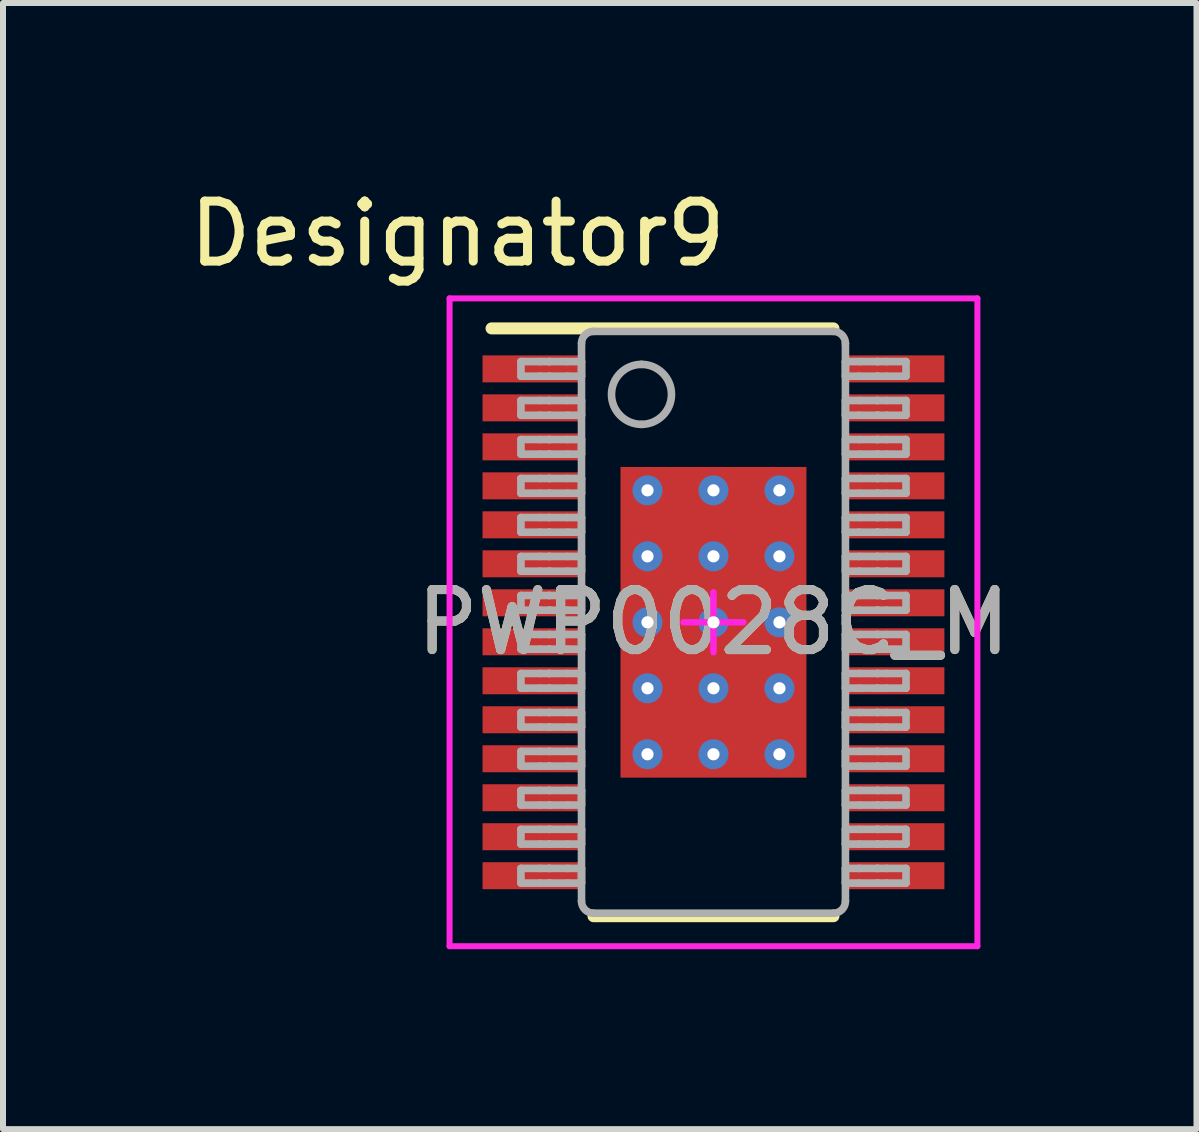
<source format=kicad_pcb>
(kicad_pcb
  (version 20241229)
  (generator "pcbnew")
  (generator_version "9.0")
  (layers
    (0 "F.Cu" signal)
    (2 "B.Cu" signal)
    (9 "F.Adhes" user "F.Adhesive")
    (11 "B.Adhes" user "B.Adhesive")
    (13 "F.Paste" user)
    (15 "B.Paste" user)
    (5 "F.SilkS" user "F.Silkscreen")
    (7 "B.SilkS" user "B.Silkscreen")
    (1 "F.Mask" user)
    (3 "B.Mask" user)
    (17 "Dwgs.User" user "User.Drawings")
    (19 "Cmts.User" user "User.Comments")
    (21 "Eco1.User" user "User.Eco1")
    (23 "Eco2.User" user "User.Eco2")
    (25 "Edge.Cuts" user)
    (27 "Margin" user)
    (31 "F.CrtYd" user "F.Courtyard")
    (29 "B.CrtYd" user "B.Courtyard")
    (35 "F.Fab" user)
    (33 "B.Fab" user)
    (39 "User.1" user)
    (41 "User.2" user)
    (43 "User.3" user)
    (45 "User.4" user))
  (footprint "PWP0028C_M"
    (layer "F.Cu")
    (at 8.845 7.325)
    (property "Reference" "PWP0028C_M" (at 0 0 0) (unlocked yes) (layer "F.SilkS") (effects (font (size 1 1) (thickness 0.15))))
    (attr smd)
    (fp_line (start -3.7 -4.9) (end 2 -4.9) (stroke (width 0.2) (type solid)) (layer "F.SilkS"))
    (fp_line (start -2 4.9) (end 2 4.9) (stroke (width 0.2) (type solid)) (layer "F.SilkS"))
    (fp_line (start -4.4 -5.4) (end 4.4 -5.4) (stroke (width 0.1) (type solid)) (layer "F.CrtYd"))
    (fp_line (start -4.4 5.4) (end -4.4 -5.4) (stroke (width 0.1) (type solid)) (layer "F.CrtYd"))
    (fp_line (start -4.4 5.4) (end 4.4 5.4) (stroke (width 0.1) (type solid)) (layer "F.CrtYd"))
    (fp_line (start -0.5 0) (end 0.5 0) (stroke (width 0.1) (type solid)) (layer "F.CrtYd"))
    (fp_line (start -0.5 0) (end 0.5 0) (stroke (width 0.1) (type solid)) (layer "F.CrtYd"))
    (fp_line (start 0 0.5) (end 0 -0.5) (stroke (width 0.1) (type solid)) (layer "F.CrtYd"))
    (fp_line (start 0 0.5) (end 0 -0.5) (stroke (width 0.1) (type solid)) (layer "F.CrtYd"))
    (fp_line (start 4.4 5.4) (end 4.4 -5.4) (stroke (width 0.1) (type solid)) (layer "F.CrtYd"))
    (fp_line (start -3.21 -4.347) (end -2.887 -4.347) (stroke (width 0.127) (type solid)) (layer "F.Fab"))
    (fp_line (start -3.21 -4.103) (end -3.21 -4.347) (stroke (width 0.127) (type solid)) (layer "F.Fab"))
    (fp_line (start -3.21 -4.103) (end -2.887 -4.103) (stroke (width 0.127) (type solid)) (layer "F.Fab"))
    (fp_line (start -3.21 -3.698) (end -2.887 -3.698) (stroke (width 0.127) (type solid)) (layer "F.Fab"))
    (fp_line (start -3.21 -3.452) (end -3.21 -3.698) (stroke (width 0.127) (type solid)) (layer "F.Fab"))
    (fp_line (start -3.21 -3.452) (end -2.887 -3.452) (stroke (width 0.127) (type solid)) (layer "F.Fab"))
    (fp_line (start -3.21 -3.047) (end -2.887 -3.047) (stroke (width 0.127) (type solid)) (layer "F.Fab"))
    (fp_line (start -3.21 -2.803) (end -3.21 -3.047) (stroke (width 0.127) (type solid)) (layer "F.Fab"))
    (fp_line (start -3.21 -2.803) (end -2.887 -2.803) (stroke (width 0.127) (type solid)) (layer "F.Fab"))
    (fp_line (start -3.21 -2.398) (end -2.887 -2.398) (stroke (width 0.127) (type solid)) (layer "F.Fab"))
    (fp_line (start -3.21 -2.152) (end -3.21 -2.398) (stroke (width 0.127) (type solid)) (layer "F.Fab"))
    (fp_line (start -3.21 -2.152) (end -2.887 -2.152) (stroke (width 0.127) (type solid)) (layer "F.Fab"))
    (fp_line (start -3.21 -1.747) (end -2.887 -1.747) (stroke (width 0.127) (type solid)) (layer "F.Fab"))
    (fp_line (start -3.21 -1.502) (end -3.21 -1.747) (stroke (width 0.127) (type solid)) (layer "F.Fab"))
    (fp_line (start -3.21 -1.502) (end -2.887 -1.502) (stroke (width 0.127) (type solid)) (layer "F.Fab"))
    (fp_line (start -3.21 -1.098) (end -2.887 -1.098) (stroke (width 0.127) (type solid)) (layer "F.Fab"))
    (fp_line (start -3.21 -0.852) (end -3.21 -1.098) (stroke (width 0.127) (type solid)) (layer "F.Fab"))
    (fp_line (start -3.21 -0.852) (end -2.887 -0.852) (stroke (width 0.127) (type solid)) (layer "F.Fab"))
    (fp_line (start -3.21 -0.447) (end -2.887 -0.447) (stroke (width 0.127) (type solid)) (layer "F.Fab"))
    (fp_line (start -3.21 -0.202) (end -3.21 -0.447) (stroke (width 0.127) (type solid)) (layer "F.Fab"))
    (fp_line (start -3.21 -0.202) (end -2.887 -0.202) (stroke (width 0.127) (type solid)) (layer "F.Fab"))
    (fp_line (start -3.21 0.203) (end -2.887 0.203) (stroke (width 0.127) (type solid)) (layer "F.Fab"))
    (fp_line (start -3.21 0.448) (end -3.21 0.203) (stroke (width 0.127) (type solid)) (layer "F.Fab"))
    (fp_line (start -3.21 0.448) (end -2.887 0.448) (stroke (width 0.127) (type solid)) (layer "F.Fab"))
    (fp_line (start -3.21 0.853) (end -2.887 0.853) (stroke (width 0.127) (type solid)) (layer "F.Fab"))
    (fp_line (start -3.21 1.098) (end -3.21 0.853) (stroke (width 0.127) (type solid)) (layer "F.Fab"))
    (fp_line (start -3.21 1.098) (end -2.887 1.098) (stroke (width 0.127) (type solid)) (layer "F.Fab"))
    (fp_line (start -3.21 1.503) (end -2.887 1.503) (stroke (width 0.127) (type solid)) (layer "F.Fab"))
    (fp_line (start -3.21 1.747) (end -3.21 1.503) (stroke (width 0.127) (type solid)) (layer "F.Fab"))
    (fp_line (start -3.21 1.747) (end -2.887 1.747) (stroke (width 0.127) (type solid)) (layer "F.Fab"))
    (fp_line (start -3.21 2.152) (end -2.887 2.152) (stroke (width 0.127) (type solid)) (layer "F.Fab"))
    (fp_line (start -3.21 2.398) (end -3.21 2.152) (stroke (width 0.127) (type solid)) (layer "F.Fab"))
    (fp_line (start -3.21 2.398) (end -2.887 2.398) (stroke (width 0.127) (type solid)) (layer "F.Fab"))
    (fp_line (start -3.21 2.803) (end -2.887 2.803) (stroke (width 0.127) (type solid)) (layer "F.Fab"))
    (fp_line (start -3.21 3.047) (end -3.21 2.803) (stroke (width 0.127) (type solid)) (layer "F.Fab"))
    (fp_line (start -3.21 3.047) (end -2.887 3.047) (stroke (width 0.127) (type solid)) (layer "F.Fab"))
    (fp_line (start -3.21 3.452) (end -2.887 3.452) (stroke (width 0.127) (type solid)) (layer "F.Fab"))
    (fp_line (start -3.21 3.698) (end -3.21 3.452) (stroke (width 0.127) (type solid)) (layer "F.Fab"))
    (fp_line (start -3.21 3.698) (end -2.887 3.698) (stroke (width 0.127) (type solid)) (layer "F.Fab"))
    (fp_line (start -3.21 4.103) (end -2.887 4.103) (stroke (width 0.127) (type solid)) (layer "F.Fab"))
    (fp_line (start -3.21 4.348) (end -3.21 4.103) (stroke (width 0.127) (type solid)) (layer "F.Fab"))
    (fp_line (start -3.21 4.348) (end -2.887 4.348) (stroke (width 0.127) (type solid)) (layer "F.Fab"))
    (fp_line (start -2.887 -4.347) (end -2.739 -4.347) (stroke (width 0.127) (type solid)) (layer "F.Fab"))
    (fp_line (start -2.887 -4.103) (end -2.739 -4.103) (stroke (width 0.127) (type solid)) (layer "F.Fab"))
    (fp_line (start -2.887 -3.698) (end -2.739 -3.698) (stroke (width 0.127) (type solid)) (layer "F.Fab"))
    (fp_line (start -2.887 -3.452) (end -2.739 -3.452) (stroke (width 0.127) (type solid)) (layer "F.Fab"))
    (fp_line (start -2.887 -3.047) (end -2.739 -3.047) (stroke (width 0.127) (type solid)) (layer "F.Fab"))
    (fp_line (start -2.887 -2.803) (end -2.739 -2.803) (stroke (width 0.127) (type solid)) (layer "F.Fab"))
    (fp_line (start -2.887 -2.398) (end -2.739 -2.398) (stroke (width 0.127) (type solid)) (layer "F.Fab"))
    (fp_line (start -2.887 -2.152) (end -2.739 -2.152) (stroke (width 0.127) (type solid)) (layer "F.Fab"))
    (fp_line (start -2.887 -1.747) (end -2.739 -1.747) (stroke (width 0.127) (type solid)) (layer "F.Fab"))
    (fp_line (start -2.887 -1.502) (end -2.739 -1.502) (stroke (width 0.127) (type solid)) (layer "F.Fab"))
    (fp_line (start -2.887 -1.098) (end -2.739 -1.098) (stroke (width 0.127) (type solid)) (layer "F.Fab"))
    (fp_line (start -2.887 -0.852) (end -2.739 -0.852) (stroke (width 0.127) (type solid)) (layer "F.Fab"))
    (fp_line (start -2.887 -0.447) (end -2.739 -0.447) (stroke (width 0.127) (type solid)) (layer "F.Fab"))
    (fp_line (start -2.887 -0.202) (end -2.739 -0.202) (stroke (width 0.127) (type solid)) (layer "F.Fab"))
    (fp_line (start -2.887 0.203) (end -2.739 0.203) (stroke (width 0.127) (type solid)) (layer "F.Fab"))
    (fp_line (start -2.887 0.448) (end -2.739 0.448) (stroke (width 0.127) (type solid)) (layer "F.Fab"))
    (fp_line (start -2.887 0.853) (end -2.739 0.853) (stroke (width 0.127) (type solid)) (layer "F.Fab"))
    (fp_line (start -2.887 1.098) (end -2.739 1.098) (stroke (width 0.127) (type solid)) (layer "F.Fab"))
    (fp_line (start -2.887 1.503) (end -2.739 1.503) (stroke (width 0.127) (type solid)) (layer "F.Fab"))
    (fp_line (start -2.887 1.747) (end -2.739 1.747) (stroke (width 0.127) (type solid)) (layer "F.Fab"))
    (fp_line (start -2.887 2.152) (end -2.739 2.152) (stroke (width 0.127) (type solid)) (layer "F.Fab"))
    (fp_line (start -2.887 2.398) (end -2.739 2.398) (stroke (width 0.127) (type solid)) (layer "F.Fab"))
    (fp_line (start -2.887 2.803) (end -2.739 2.803) (stroke (width 0.127) (type solid)) (layer "F.Fab"))
    (fp_line (start -2.887 3.047) (end -2.739 3.047) (stroke (width 0.127) (type solid)) (layer "F.Fab"))
    (fp_line (start -2.887 3.452) (end -2.739 3.452) (stroke (width 0.127) (type solid)) (layer "F.Fab"))
    (fp_line (start -2.887 3.698) (end -2.739 3.698) (stroke (width 0.127) (type solid)) (layer "F.Fab"))
    (fp_line (start -2.887 4.103) (end -2.739 4.103) (stroke (width 0.127) (type solid)) (layer "F.Fab"))
    (fp_line (start -2.887 4.348) (end -2.739 4.348) (stroke (width 0.127) (type solid)) (layer "F.Fab"))
    (fp_line (start -2.739 -4.347) (end -2.733 -4.347) (stroke (width 0.127) (type solid)) (layer "F.Fab"))
    (fp_line (start -2.739 -4.103) (end -2.733 -4.103) (stroke (width 0.127) (type solid)) (layer "F.Fab"))
    (fp_line (start -2.739 -3.698) (end -2.733 -3.698) (stroke (width 0.127) (type solid)) (layer "F.Fab"))
    (fp_line (start -2.739 -3.452) (end -2.733 -3.452) (stroke (width 0.127) (type solid)) (layer "F.Fab"))
    (fp_line (start -2.739 -3.047) (end -2.733 -3.047) (stroke (width 0.127) (type solid)) (layer "F.Fab"))
    (fp_line (start -2.739 -2.803) (end -2.733 -2.803) (stroke (width 0.127) (type solid)) (layer "F.Fab"))
    (fp_line (start -2.739 -2.398) (end -2.733 -2.398) (stroke (width 0.127) (type solid)) (layer "F.Fab"))
    (fp_line (start -2.739 -2.152) (end -2.733 -2.152) (stroke (width 0.127) (type solid)) (layer "F.Fab"))
    (fp_line (start -2.739 -1.747) (end -2.733 -1.747) (stroke (width 0.127) (type solid)) (layer "F.Fab"))
    (fp_line (start -2.739 -1.502) (end -2.733 -1.502) (stroke (width 0.127) (type solid)) (layer "F.Fab"))
    (fp_line (start -2.739 -1.098) (end -2.733 -1.098) (stroke (width 0.127) (type solid)) (layer "F.Fab"))
    (fp_line (start -2.739 -0.852) (end -2.733 -0.852) (stroke (width 0.127) (type solid)) (layer "F.Fab"))
    (fp_line (start -2.739 -0.447) (end -2.733 -0.447) (stroke (width 0.127) (type solid)) (layer "F.Fab"))
    (fp_line (start -2.739 -0.202) (end -2.733 -0.202) (stroke (width 0.127) (type solid)) (layer "F.Fab"))
    (fp_line (start -2.739 0.203) (end -2.733 0.203) (stroke (width 0.127) (type solid)) (layer "F.Fab"))
    (fp_line (start -2.739 0.448) (end -2.733 0.448) (stroke (width 0.127) (type solid)) (layer "F.Fab"))
    (fp_line (start -2.739 0.853) (end -2.733 0.853) (stroke (width 0.127) (type solid)) (layer "F.Fab"))
    (fp_line (start -2.739 1.098) (end -2.733 1.098) (stroke (width 0.127) (type solid)) (layer "F.Fab"))
    (fp_line (start -2.739 1.503) (end -2.733 1.503) (stroke (width 0.127) (type solid)) (layer "F.Fab"))
    (fp_line (start -2.739 1.747) (end -2.733 1.747) (stroke (width 0.127) (type solid)) (layer "F.Fab"))
    (fp_line (start -2.739 2.152) (end -2.733 2.152) (stroke (width 0.127) (type solid)) (layer "F.Fab"))
    (fp_line (start -2.739 2.398) (end -2.733 2.398) (stroke (width 0.127) (type solid)) (layer "F.Fab"))
    (fp_line (start -2.739 2.803) (end -2.733 2.803) (stroke (width 0.127) (type solid)) (layer "F.Fab"))
    (fp_line (start -2.739 3.047) (end -2.733 3.047) (stroke (width 0.127) (type solid)) (layer "F.Fab"))
    (fp_line (start -2.739 3.452) (end -2.733 3.452) (stroke (width 0.127) (type solid)) (layer "F.Fab"))
    (fp_line (start -2.739 3.698) (end -2.733 3.698) (stroke (width 0.127) (type solid)) (layer "F.Fab"))
    (fp_line (start -2.739 4.103) (end -2.733 4.103) (stroke (width 0.127) (type solid)) (layer "F.Fab"))
    (fp_line (start -2.739 4.348) (end -2.733 4.348) (stroke (width 0.127) (type solid)) (layer "F.Fab"))
    (fp_line (start -2.733 -4.347) (end -2.431 -4.347) (stroke (width 0.127) (type solid)) (layer "F.Fab"))
    (fp_line (start -2.733 -4.103) (end -2.431 -4.103) (stroke (width 0.127) (type solid)) (layer "F.Fab"))
    (fp_line (start -2.733 -3.698) (end -2.431 -3.698) (stroke (width 0.127) (type solid)) (layer "F.Fab"))
    (fp_line (start -2.733 -3.452) (end -2.431 -3.452) (stroke (width 0.127) (type solid)) (layer "F.Fab"))
    (fp_line (start -2.733 -3.047) (end -2.431 -3.047) (stroke (width 0.127) (type solid)) (layer "F.Fab"))
    (fp_line (start -2.733 -2.803) (end -2.431 -2.803) (stroke (width 0.127) (type solid)) (layer "F.Fab"))
    (fp_line (start -2.733 -2.398) (end -2.431 -2.398) (stroke (width 0.127) (type solid)) (layer "F.Fab"))
    (fp_line (start -2.733 -2.152) (end -2.431 -2.152) (stroke (width 0.127) (type solid)) (layer "F.Fab"))
    (fp_line (start -2.733 -1.747) (end -2.431 -1.747) (stroke (width 0.127) (type solid)) (layer "F.Fab"))
    (fp_line (start -2.733 -1.502) (end -2.431 -1.502) (stroke (width 0.127) (type solid)) (layer "F.Fab"))
    (fp_line (start -2.733 -1.098) (end -2.431 -1.098) (stroke (width 0.127) (type solid)) (layer "F.Fab"))
    (fp_line (start -2.733 -0.852) (end -2.431 -0.852) (stroke (width 0.127) (type solid)) (layer "F.Fab"))
    (fp_line (start -2.733 -0.447) (end -2.431 -0.447) (stroke (width 0.127) (type solid)) (layer "F.Fab"))
    (fp_line (start -2.733 -0.202) (end -2.431 -0.202) (stroke (width 0.127) (type solid)) (layer "F.Fab"))
    (fp_line (start -2.733 0.203) (end -2.431 0.203) (stroke (width 0.127) (type solid)) (layer "F.Fab"))
    (fp_line (start -2.733 0.448) (end -2.431 0.448) (stroke (width 0.127) (type solid)) (layer "F.Fab"))
    (fp_line (start -2.733 0.853) (end -2.431 0.853) (stroke (width 0.127) (type solid)) (layer "F.Fab"))
    (fp_line (start -2.733 1.098) (end -2.431 1.098) (stroke (width 0.127) (type solid)) (layer "F.Fab"))
    (fp_line (start -2.733 1.503) (end -2.431 1.503) (stroke (width 0.127) (type solid)) (layer "F.Fab"))
    (fp_line (start -2.733 1.747) (end -2.431 1.747) (stroke (width 0.127) (type solid)) (layer "F.Fab"))
    (fp_line (start -2.733 2.152) (end -2.431 2.152) (stroke (width 0.127) (type solid)) (layer "F.Fab"))
    (fp_line (start -2.733 2.398) (end -2.431 2.398) (stroke (width 0.127) (type solid)) (layer "F.Fab"))
    (fp_line (start -2.733 2.803) (end -2.431 2.803) (stroke (width 0.127) (type solid)) (layer "F.Fab"))
    (fp_line (start -2.733 3.047) (end -2.431 3.047) (stroke (width 0.127) (type solid)) (layer "F.Fab"))
    (fp_line (start -2.733 3.452) (end -2.431 3.452) (stroke (width 0.127) (type solid)) (layer "F.Fab"))
    (fp_line (start -2.733 3.698) (end -2.431 3.698) (stroke (width 0.127) (type solid)) (layer "F.Fab"))
    (fp_line (start -2.733 4.103) (end -2.431 4.103) (stroke (width 0.127) (type solid)) (layer "F.Fab"))
    (fp_line (start -2.733 4.348) (end -2.431 4.348) (stroke (width 0.127) (type solid)) (layer "F.Fab"))
    (fp_line (start -2.431 -4.347) (end -2.2 -4.347) (stroke (width 0.127) (type solid)) (layer "F.Fab"))
    (fp_line (start -2.431 -4.103) (end -2.2 -4.103) (stroke (width 0.127) (type solid)) (layer "F.Fab"))
    (fp_line (start -2.431 -3.698) (end -2.2 -3.698) (stroke (width 0.127) (type solid)) (layer "F.Fab"))
    (fp_line (start -2.431 -3.452) (end -2.2 -3.452) (stroke (width 0.127) (type solid)) (layer "F.Fab"))
    (fp_line (start -2.431 -3.047) (end -2.2 -3.047) (stroke (width 0.127) (type solid)) (layer "F.Fab"))
    (fp_line (start -2.431 -2.803) (end -2.2 -2.803) (stroke (width 0.127) (type solid)) (layer "F.Fab"))
    (fp_line (start -2.431 -2.398) (end -2.2 -2.398) (stroke (width 0.127) (type solid)) (layer "F.Fab"))
    (fp_line (start -2.431 -2.152) (end -2.2 -2.152) (stroke (width 0.127) (type solid)) (layer "F.Fab"))
    (fp_line (start -2.431 -1.747) (end -2.2 -1.747) (stroke (width 0.127) (type solid)) (layer "F.Fab"))
    (fp_line (start -2.431 -1.502) (end -2.2 -1.502) (stroke (width 0.127) (type solid)) (layer "F.Fab"))
    (fp_line (start -2.431 -1.098) (end -2.2 -1.098) (stroke (width 0.127) (type solid)) (layer "F.Fab"))
    (fp_line (start -2.431 -0.852) (end -2.2 -0.852) (stroke (width 0.127) (type solid)) (layer "F.Fab"))
    (fp_line (start -2.431 -0.447) (end -2.2 -0.447) (stroke (width 0.127) (type solid)) (layer "F.Fab"))
    (fp_line (start -2.431 -0.202) (end -2.2 -0.202) (stroke (width 0.127) (type solid)) (layer "F.Fab"))
    (fp_line (start -2.431 0.203) (end -2.2 0.203) (stroke (width 0.127) (type solid)) (layer "F.Fab"))
    (fp_line (start -2.431 0.448) (end -2.2 0.448) (stroke (width 0.127) (type solid)) (layer "F.Fab"))
    (fp_line (start -2.431 0.853) (end -2.2 0.853) (stroke (width 0.127) (type solid)) (layer "F.Fab"))
    (fp_line (start -2.431 1.098) (end -2.2 1.098) (stroke (width 0.127) (type solid)) (layer "F.Fab"))
    (fp_line (start -2.431 1.503) (end -2.2 1.503) (stroke (width 0.127) (type solid)) (layer "F.Fab"))
    (fp_line (start -2.431 1.747) (end -2.2 1.747) (stroke (width 0.127) (type solid)) (layer "F.Fab"))
    (fp_line (start -2.431 2.152) (end -2.2 2.152) (stroke (width 0.127) (type solid)) (layer "F.Fab"))
    (fp_line (start -2.431 2.398) (end -2.2 2.398) (stroke (width 0.127) (type solid)) (layer "F.Fab"))
    (fp_line (start -2.431 2.803) (end -2.2 2.803) (stroke (width 0.127) (type solid)) (layer "F.Fab"))
    (fp_line (start -2.431 3.047) (end -2.2 3.047) (stroke (width 0.127) (type solid)) (layer "F.Fab"))
    (fp_line (start -2.431 3.452) (end -2.2 3.452) (stroke (width 0.127) (type solid)) (layer "F.Fab"))
    (fp_line (start -2.431 3.698) (end -2.2 3.698) (stroke (width 0.127) (type solid)) (layer "F.Fab"))
    (fp_line (start -2.431 4.103) (end -2.2 4.103) (stroke (width 0.127) (type solid)) (layer "F.Fab"))
    (fp_line (start -2.431 4.348) (end -2.2 4.348) (stroke (width 0.127) (type solid)) (layer "F.Fab"))
    (fp_line (start -2.2 -4.103) (end -2.2 -4.347) (stroke (width 0.127) (type solid)) (layer "F.Fab"))
    (fp_line (start -2.2 -3.452) (end -2.2 -3.698) (stroke (width 0.127) (type solid)) (layer "F.Fab"))
    (fp_line (start -2.2 -2.803) (end -2.2 -3.047) (stroke (width 0.127) (type solid)) (layer "F.Fab"))
    (fp_line (start -2.2 -2.152) (end -2.2 -2.398) (stroke (width 0.127) (type solid)) (layer "F.Fab"))
    (fp_line (start -2.2 -1.502) (end -2.2 -1.747) (stroke (width 0.127) (type solid)) (layer "F.Fab"))
    (fp_line (start -2.2 -0.852) (end -2.2 -1.098) (stroke (width 0.127) (type solid)) (layer "F.Fab"))
    (fp_line (start -2.2 -0.202) (end -2.2 -0.447) (stroke (width 0.127) (type solid)) (layer "F.Fab"))
    (fp_line (start -2.2 0.448) (end -2.2 0.203) (stroke (width 0.127) (type solid)) (layer "F.Fab"))
    (fp_line (start -2.2 1.098) (end -2.2 0.853) (stroke (width 0.127) (type solid)) (layer "F.Fab"))
    (fp_line (start -2.2 1.747) (end -2.2 1.503) (stroke (width 0.127) (type solid)) (layer "F.Fab"))
    (fp_line (start -2.2 2.398) (end -2.2 2.152) (stroke (width 0.127) (type solid)) (layer "F.Fab"))
    (fp_line (start -2.2 3.047) (end -2.2 2.803) (stroke (width 0.127) (type solid)) (layer "F.Fab"))
    (fp_line (start -2.2 3.698) (end -2.2 3.452) (stroke (width 0.127) (type solid)) (layer "F.Fab"))
    (fp_line (start -2.2 4.348) (end -2.2 4.103) (stroke (width 0.127) (type solid)) (layer "F.Fab"))
    (fp_line (start -2.2 4.65) (end -2.2 -4.65) (stroke (width 0.127) (type solid)) (layer "F.Fab"))
    (fp_line (start -2 -4.85) (end 2 -4.85) (stroke (width 0.127) (type solid)) (layer "F.Fab"))
    (fp_line (start -2 4.85) (end 2 4.85) (stroke (width 0.127) (type solid)) (layer "F.Fab"))
    (fp_line (start 2.2 -4.347) (end 2.43 -4.347) (stroke (width 0.127) (type solid)) (layer "F.Fab"))
    (fp_line (start 2.2 -4.103) (end 2.2 -4.347) (stroke (width 0.127) (type solid)) (layer "F.Fab"))
    (fp_line (start 2.2 -4.103) (end 2.43 -4.103) (stroke (width 0.127) (type solid)) (layer "F.Fab"))
    (fp_line (start 2.2 -3.698) (end 2.43 -3.698) (stroke (width 0.127) (type solid)) (layer "F.Fab"))
    (fp_line (start 2.2 -3.452) (end 2.2 -3.698) (stroke (width 0.127) (type solid)) (layer "F.Fab"))
    (fp_line (start 2.2 -3.452) (end 2.43 -3.452) (stroke (width 0.127) (type solid)) (layer "F.Fab"))
    (fp_line (start 2.2 -3.047) (end 2.43 -3.047) (stroke (width 0.127) (type solid)) (layer "F.Fab"))
    (fp_line (start 2.2 -2.803) (end 2.2 -3.047) (stroke (width 0.127) (type solid)) (layer "F.Fab"))
    (fp_line (start 2.2 -2.803) (end 2.43 -2.803) (stroke (width 0.127) (type solid)) (layer "F.Fab"))
    (fp_line (start 2.2 -2.398) (end 2.43 -2.398) (stroke (width 0.127) (type solid)) (layer "F.Fab"))
    (fp_line (start 2.2 -2.152) (end 2.2 -2.398) (stroke (width 0.127) (type solid)) (layer "F.Fab"))
    (fp_line (start 2.2 -2.152) (end 2.43 -2.152) (stroke (width 0.127) (type solid)) (layer "F.Fab"))
    (fp_line (start 2.2 -1.747) (end 2.43 -1.747) (stroke (width 0.127) (type solid)) (layer "F.Fab"))
    (fp_line (start 2.2 -1.502) (end 2.2 -1.747) (stroke (width 0.127) (type solid)) (layer "F.Fab"))
    (fp_line (start 2.2 -1.502) (end 2.43 -1.502) (stroke (width 0.127) (type solid)) (layer "F.Fab"))
    (fp_line (start 2.2 -1.098) (end 2.43 -1.098) (stroke (width 0.127) (type solid)) (layer "F.Fab"))
    (fp_line (start 2.2 -0.852) (end 2.2 -1.098) (stroke (width 0.127) (type solid)) (layer "F.Fab"))
    (fp_line (start 2.2 -0.852) (end 2.43 -0.852) (stroke (width 0.127) (type solid)) (layer "F.Fab"))
    (fp_line (start 2.2 -0.447) (end 2.43 -0.447) (stroke (width 0.127) (type solid)) (layer "F.Fab"))
    (fp_line (start 2.2 -0.202) (end 2.2 -0.447) (stroke (width 0.127) (type solid)) (layer "F.Fab"))
    (fp_line (start 2.2 -0.202) (end 2.43 -0.202) (stroke (width 0.127) (type solid)) (layer "F.Fab"))
    (fp_line (start 2.2 0.203) (end 2.43 0.203) (stroke (width 0.127) (type solid)) (layer "F.Fab"))
    (fp_line (start 2.2 0.448) (end 2.2 0.203) (stroke (width 0.127) (type solid)) (layer "F.Fab"))
    (fp_line (start 2.2 0.448) (end 2.43 0.448) (stroke (width 0.127) (type solid)) (layer "F.Fab"))
    (fp_line (start 2.2 0.853) (end 2.43 0.853) (stroke (width 0.127) (type solid)) (layer "F.Fab"))
    (fp_line (start 2.2 1.098) (end 2.2 0.853) (stroke (width 0.127) (type solid)) (layer "F.Fab"))
    (fp_line (start 2.2 1.098) (end 2.43 1.098) (stroke (width 0.127) (type solid)) (layer "F.Fab"))
    (fp_line (start 2.2 1.503) (end 2.43 1.503) (stroke (width 0.127) (type solid)) (layer "F.Fab"))
    (fp_line (start 2.2 1.747) (end 2.2 1.503) (stroke (width 0.127) (type solid)) (layer "F.Fab"))
    (fp_line (start 2.2 1.747) (end 2.43 1.747) (stroke (width 0.127) (type solid)) (layer "F.Fab"))
    (fp_line (start 2.2 2.152) (end 2.43 2.152) (stroke (width 0.127) (type solid)) (layer "F.Fab"))
    (fp_line (start 2.2 2.398) (end 2.2 2.152) (stroke (width 0.127) (type solid)) (layer "F.Fab"))
    (fp_line (start 2.2 2.398) (end 2.43 2.398) (stroke (width 0.127) (type solid)) (layer "F.Fab"))
    (fp_line (start 2.2 2.803) (end 2.43 2.803) (stroke (width 0.127) (type solid)) (layer "F.Fab"))
    (fp_line (start 2.2 3.047) (end 2.2 2.803) (stroke (width 0.127) (type solid)) (layer "F.Fab"))
    (fp_line (start 2.2 3.047) (end 2.43 3.047) (stroke (width 0.127) (type solid)) (layer "F.Fab"))
    (fp_line (start 2.2 3.452) (end 2.43 3.452) (stroke (width 0.127) (type solid)) (layer "F.Fab"))
    (fp_line (start 2.2 3.698) (end 2.2 3.452) (stroke (width 0.127) (type solid)) (layer "F.Fab"))
    (fp_line (start 2.2 3.698) (end 2.43 3.698) (stroke (width 0.127) (type solid)) (layer "F.Fab"))
    (fp_line (start 2.2 4.103) (end 2.43 4.103) (stroke (width 0.127) (type solid)) (layer "F.Fab"))
    (fp_line (start 2.2 4.348) (end 2.2 4.103) (stroke (width 0.127) (type solid)) (layer "F.Fab"))
    (fp_line (start 2.2 4.348) (end 2.43 4.348) (stroke (width 0.127) (type solid)) (layer "F.Fab"))
    (fp_line (start 2.2 4.65) (end 2.2 -4.65) (stroke (width 0.127) (type solid)) (layer "F.Fab"))
    (fp_line (start 2.43 -4.347) (end 2.733 -4.347) (stroke (width 0.127) (type solid)) (layer "F.Fab"))
    (fp_line (start 2.43 -4.103) (end 2.733 -4.103) (stroke (width 0.127) (type solid)) (layer "F.Fab"))
    (fp_line (start 2.43 -3.698) (end 2.733 -3.698) (stroke (width 0.127) (type solid)) (layer "F.Fab"))
    (fp_line (start 2.43 -3.452) (end 2.733 -3.452) (stroke (width 0.127) (type solid)) (layer "F.Fab"))
    (fp_line (start 2.43 -3.047) (end 2.733 -3.047) (stroke (width 0.127) (type solid)) (layer "F.Fab"))
    (fp_line (start 2.43 -2.803) (end 2.733 -2.803) (stroke (width 0.127) (type solid)) (layer "F.Fab"))
    (fp_line (start 2.43 -2.398) (end 2.733 -2.398) (stroke (width 0.127) (type solid)) (layer "F.Fab"))
    (fp_line (start 2.43 -2.152) (end 2.733 -2.152) (stroke (width 0.127) (type solid)) (layer "F.Fab"))
    (fp_line (start 2.43 -1.747) (end 2.733 -1.747) (stroke (width 0.127) (type solid)) (layer "F.Fab"))
    (fp_line (start 2.43 -1.502) (end 2.733 -1.502) (stroke (width 0.127) (type solid)) (layer "F.Fab"))
    (fp_line (start 2.43 -1.098) (end 2.733 -1.098) (stroke (width 0.127) (type solid)) (layer "F.Fab"))
    (fp_line (start 2.43 -0.852) (end 2.733 -0.852) (stroke (width 0.127) (type solid)) (layer "F.Fab"))
    (fp_line (start 2.43 -0.447) (end 2.733 -0.447) (stroke (width 0.127) (type solid)) (layer "F.Fab"))
    (fp_line (start 2.43 -0.202) (end 2.733 -0.202) (stroke (width 0.127) (type solid)) (layer "F.Fab"))
    (fp_line (start 2.43 0.203) (end 2.733 0.203) (stroke (width 0.127) (type solid)) (layer "F.Fab"))
    (fp_line (start 2.43 0.448) (end 2.733 0.448) (stroke (width 0.127) (type solid)) (layer "F.Fab"))
    (fp_line (start 2.43 0.853) (end 2.733 0.853) (stroke (width 0.127) (type solid)) (layer "F.Fab"))
    (fp_line (start 2.43 1.098) (end 2.733 1.098) (stroke (width 0.127) (type solid)) (layer "F.Fab"))
    (fp_line (start 2.43 1.503) (end 2.733 1.503) (stroke (width 0.127) (type solid)) (layer "F.Fab"))
    (fp_line (start 2.43 1.747) (end 2.733 1.747) (stroke (width 0.127) (type solid)) (layer "F.Fab"))
    (fp_line (start 2.43 2.152) (end 2.733 2.152) (stroke (width 0.127) (type solid)) (layer "F.Fab"))
    (fp_line (start 2.43 2.398) (end 2.733 2.398) (stroke (width 0.127) (type solid)) (layer "F.Fab"))
    (fp_line (start 2.43 2.803) (end 2.733 2.803) (stroke (width 0.127) (type solid)) (layer "F.Fab"))
    (fp_line (start 2.43 3.047) (end 2.733 3.047) (stroke (width 0.127) (type solid)) (layer "F.Fab"))
    (fp_line (start 2.43 3.452) (end 2.733 3.452) (stroke (width 0.127) (type solid)) (layer "F.Fab"))
    (fp_line (start 2.43 3.698) (end 2.733 3.698) (stroke (width 0.127) (type solid)) (layer "F.Fab"))
    (fp_line (start 2.43 4.103) (end 2.733 4.103) (stroke (width 0.127) (type solid)) (layer "F.Fab"))
    (fp_line (start 2.43 4.348) (end 2.733 4.348) (stroke (width 0.127) (type solid)) (layer "F.Fab"))
    (fp_line (start 2.733 -4.347) (end 2.739 -4.347) (stroke (width 0.127) (type solid)) (layer "F.Fab"))
    (fp_line (start 2.733 -4.103) (end 2.739 -4.103) (stroke (width 0.127) (type solid)) (layer "F.Fab"))
    (fp_line (start 2.733 -3.698) (end 2.739 -3.698) (stroke (width 0.127) (type solid)) (layer "F.Fab"))
    (fp_line (start 2.733 -3.452) (end 2.739 -3.452) (stroke (width 0.127) (type solid)) (layer "F.Fab"))
    (fp_line (start 2.733 -3.047) (end 2.739 -3.047) (stroke (width 0.127) (type solid)) (layer "F.Fab"))
    (fp_line (start 2.733 -2.803) (end 2.739 -2.803) (stroke (width 0.127) (type solid)) (layer "F.Fab"))
    (fp_line (start 2.733 -2.398) (end 2.739 -2.398) (stroke (width 0.127) (type solid)) (layer "F.Fab"))
    (fp_line (start 2.733 -2.152) (end 2.739 -2.152) (stroke (width 0.127) (type solid)) (layer "F.Fab"))
    (fp_line (start 2.733 -1.747) (end 2.739 -1.747) (stroke (width 0.127) (type solid)) (layer "F.Fab"))
    (fp_line (start 2.733 -1.502) (end 2.739 -1.502) (stroke (width 0.127) (type solid)) (layer "F.Fab"))
    (fp_line (start 2.733 -1.098) (end 2.739 -1.098) (stroke (width 0.127) (type solid)) (layer "F.Fab"))
    (fp_line (start 2.733 -0.852) (end 2.739 -0.852) (stroke (width 0.127) (type solid)) (layer "F.Fab"))
    (fp_line (start 2.733 -0.447) (end 2.739 -0.447) (stroke (width 0.127) (type solid)) (layer "F.Fab"))
    (fp_line (start 2.733 -0.202) (end 2.739 -0.202) (stroke (width 0.127) (type solid)) (layer "F.Fab"))
    (fp_line (start 2.733 0.203) (end 2.739 0.203) (stroke (width 0.127) (type solid)) (layer "F.Fab"))
    (fp_line (start 2.733 0.448) (end 2.739 0.448) (stroke (width 0.127) (type solid)) (layer "F.Fab"))
    (fp_line (start 2.733 0.853) (end 2.739 0.853) (stroke (width 0.127) (type solid)) (layer "F.Fab"))
    (fp_line (start 2.733 1.098) (end 2.739 1.098) (stroke (width 0.127) (type solid)) (layer "F.Fab"))
    (fp_line (start 2.733 1.503) (end 2.739 1.503) (stroke (width 0.127) (type solid)) (layer "F.Fab"))
    (fp_line (start 2.733 1.747) (end 2.739 1.747) (stroke (width 0.127) (type solid)) (layer "F.Fab"))
    (fp_line (start 2.733 2.152) (end 2.739 2.152) (stroke (width 0.127) (type solid)) (layer "F.Fab"))
    (fp_line (start 2.733 2.398) (end 2.739 2.398) (stroke (width 0.127) (type solid)) (layer "F.Fab"))
    (fp_line (start 2.733 2.803) (end 2.739 2.803) (stroke (width 0.127) (type solid)) (layer "F.Fab"))
    (fp_line (start 2.733 3.047) (end 2.739 3.047) (stroke (width 0.127) (type solid)) (layer "F.Fab"))
    (fp_line (start 2.733 3.452) (end 2.739 3.452) (stroke (width 0.127) (type solid)) (layer "F.Fab"))
    (fp_line (start 2.733 3.698) (end 2.739 3.698) (stroke (width 0.127) (type solid)) (layer "F.Fab"))
    (fp_line (start 2.733 4.103) (end 2.739 4.103) (stroke (width 0.127) (type solid)) (layer "F.Fab"))
    (fp_line (start 2.733 4.348) (end 2.739 4.348) (stroke (width 0.127) (type solid)) (layer "F.Fab"))
    (fp_line (start 2.739 -4.347) (end 2.887 -4.347) (stroke (width 0.127) (type solid)) (layer "F.Fab"))
    (fp_line (start 2.739 -4.103) (end 2.887 -4.103) (stroke (width 0.127) (type solid)) (layer "F.Fab"))
    (fp_line (start 2.739 -3.698) (end 2.887 -3.698) (stroke (width 0.127) (type solid)) (layer "F.Fab"))
    (fp_line (start 2.739 -3.452) (end 2.887 -3.452) (stroke (width 0.127) (type solid)) (layer "F.Fab"))
    (fp_line (start 2.739 -3.047) (end 2.887 -3.047) (stroke (width 0.127) (type solid)) (layer "F.Fab"))
    (fp_line (start 2.739 -2.803) (end 2.887 -2.803) (stroke (width 0.127) (type solid)) (layer "F.Fab"))
    (fp_line (start 2.739 -2.398) (end 2.887 -2.398) (stroke (width 0.127) (type solid)) (layer "F.Fab"))
    (fp_line (start 2.739 -2.152) (end 2.887 -2.152) (stroke (width 0.127) (type solid)) (layer "F.Fab"))
    (fp_line (start 2.739 -1.747) (end 2.887 -1.747) (stroke (width 0.127) (type solid)) (layer "F.Fab"))
    (fp_line (start 2.739 -1.502) (end 2.887 -1.502) (stroke (width 0.127) (type solid)) (layer "F.Fab"))
    (fp_line (start 2.739 -1.098) (end 2.887 -1.098) (stroke (width 0.127) (type solid)) (layer "F.Fab"))
    (fp_line (start 2.739 -0.852) (end 2.887 -0.852) (stroke (width 0.127) (type solid)) (layer "F.Fab"))
    (fp_line (start 2.739 -0.447) (end 2.887 -0.447) (stroke (width 0.127) (type solid)) (layer "F.Fab"))
    (fp_line (start 2.739 -0.202) (end 2.887 -0.202) (stroke (width 0.127) (type solid)) (layer "F.Fab"))
    (fp_line (start 2.739 0.203) (end 2.887 0.203) (stroke (width 0.127) (type solid)) (layer "F.Fab"))
    (fp_line (start 2.739 0.448) (end 2.887 0.448) (stroke (width 0.127) (type solid)) (layer "F.Fab"))
    (fp_line (start 2.739 0.853) (end 2.887 0.853) (stroke (width 0.127) (type solid)) (layer "F.Fab"))
    (fp_line (start 2.739 1.098) (end 2.887 1.098) (stroke (width 0.127) (type solid)) (layer "F.Fab"))
    (fp_line (start 2.739 1.503) (end 2.887 1.503) (stroke (width 0.127) (type solid)) (layer "F.Fab"))
    (fp_line (start 2.739 1.747) (end 2.887 1.747) (stroke (width 0.127) (type solid)) (layer "F.Fab"))
    (fp_line (start 2.739 2.152) (end 2.887 2.152) (stroke (width 0.127) (type solid)) (layer "F.Fab"))
    (fp_line (start 2.739 2.398) (end 2.887 2.398) (stroke (width 0.127) (type solid)) (layer "F.Fab"))
    (fp_line (start 2.739 2.803) (end 2.887 2.803) (stroke (width 0.127) (type solid)) (layer "F.Fab"))
    (fp_line (start 2.739 3.047) (end 2.887 3.047) (stroke (width 0.127) (type solid)) (layer "F.Fab"))
    (fp_line (start 2.739 3.452) (end 2.887 3.452) (stroke (width 0.127) (type solid)) (layer "F.Fab"))
    (fp_line (start 2.739 3.698) (end 2.887 3.698) (stroke (width 0.127) (type solid)) (layer "F.Fab"))
    (fp_line (start 2.739 4.103) (end 2.887 4.103) (stroke (width 0.127) (type solid)) (layer "F.Fab"))
    (fp_line (start 2.739 4.348) (end 2.887 4.348) (stroke (width 0.127) (type solid)) (layer "F.Fab"))
    (fp_line (start 2.887 -4.347) (end 3.21 -4.347) (stroke (width 0.127) (type solid)) (layer "F.Fab"))
    (fp_line (start 2.887 -4.103) (end 3.21 -4.103) (stroke (width 0.127) (type solid)) (layer "F.Fab"))
    (fp_line (start 2.887 -3.698) (end 3.21 -3.698) (stroke (width 0.127) (type solid)) (layer "F.Fab"))
    (fp_line (start 2.887 -3.452) (end 3.21 -3.452) (stroke (width 0.127) (type solid)) (layer "F.Fab"))
    (fp_line (start 2.887 -3.047) (end 3.21 -3.047) (stroke (width 0.127) (type solid)) (layer "F.Fab"))
    (fp_line (start 2.887 -2.803) (end 3.21 -2.803) (stroke (width 0.127) (type solid)) (layer "F.Fab"))
    (fp_line (start 2.887 -2.398) (end 3.21 -2.398) (stroke (width 0.127) (type solid)) (layer "F.Fab"))
    (fp_line (start 2.887 -2.152) (end 3.21 -2.152) (stroke (width 0.127) (type solid)) (layer "F.Fab"))
    (fp_line (start 2.887 -1.747) (end 3.21 -1.747) (stroke (width 0.127) (type solid)) (layer "F.Fab"))
    (fp_line (start 2.887 -1.502) (end 3.21 -1.502) (stroke (width 0.127) (type solid)) (layer "F.Fab"))
    (fp_line (start 2.887 -1.098) (end 3.21 -1.098) (stroke (width 0.127) (type solid)) (layer "F.Fab"))
    (fp_line (start 2.887 -0.852) (end 3.21 -0.852) (stroke (width 0.127) (type solid)) (layer "F.Fab"))
    (fp_line (start 2.887 -0.447) (end 3.21 -0.447) (stroke (width 0.127) (type solid)) (layer "F.Fab"))
    (fp_line (start 2.887 -0.202) (end 3.21 -0.202) (stroke (width 0.127) (type solid)) (layer "F.Fab"))
    (fp_line (start 2.887 0.203) (end 3.21 0.203) (stroke (width 0.127) (type solid)) (layer "F.Fab"))
    (fp_line (start 2.887 0.448) (end 3.21 0.448) (stroke (width 0.127) (type solid)) (layer "F.Fab"))
    (fp_line (start 2.887 0.853) (end 3.21 0.853) (stroke (width 0.127) (type solid)) (layer "F.Fab"))
    (fp_line (start 2.887 1.098) (end 3.21 1.098) (stroke (width 0.127) (type solid)) (layer "F.Fab"))
    (fp_line (start 2.887 1.503) (end 3.21 1.503) (stroke (width 0.127) (type solid)) (layer "F.Fab"))
    (fp_line (start 2.887 1.747) (end 3.21 1.747) (stroke (width 0.127) (type solid)) (layer "F.Fab"))
    (fp_line (start 2.887 2.152) (end 3.21 2.152) (stroke (width 0.127) (type solid)) (layer "F.Fab"))
    (fp_line (start 2.887 2.398) (end 3.21 2.398) (stroke (width 0.127) (type solid)) (layer "F.Fab"))
    (fp_line (start 2.887 2.803) (end 3.21 2.803) (stroke (width 0.127) (type solid)) (layer "F.Fab"))
    (fp_line (start 2.887 3.047) (end 3.21 3.047) (stroke (width 0.127) (type solid)) (layer "F.Fab"))
    (fp_line (start 2.887 3.452) (end 3.21 3.452) (stroke (width 0.127) (type solid)) (layer "F.Fab"))
    (fp_line (start 2.887 3.698) (end 3.21 3.698) (stroke (width 0.127) (type solid)) (layer "F.Fab"))
    (fp_line (start 2.887 4.103) (end 3.21 4.103) (stroke (width 0.127) (type solid)) (layer "F.Fab"))
    (fp_line (start 2.887 4.348) (end 3.21 4.348) (stroke (width 0.127) (type solid)) (layer "F.Fab"))
    (fp_line (start 3.21 -4.103) (end 3.21 -4.347) (stroke (width 0.127) (type solid)) (layer "F.Fab"))
    (fp_line (start 3.21 -3.452) (end 3.21 -3.698) (stroke (width 0.127) (type solid)) (layer "F.Fab"))
    (fp_line (start 3.21 -2.803) (end 3.21 -3.047) (stroke (width 0.127) (type solid)) (layer "F.Fab"))
    (fp_line (start 3.21 -2.152) (end 3.21 -2.398) (stroke (width 0.127) (type solid)) (layer "F.Fab"))
    (fp_line (start 3.21 -1.502) (end 3.21 -1.747) (stroke (width 0.127) (type solid)) (layer "F.Fab"))
    (fp_line (start 3.21 -0.852) (end 3.21 -1.098) (stroke (width 0.127) (type solid)) (layer "F.Fab"))
    (fp_line (start 3.21 -0.202) (end 3.21 -0.447) (stroke (width 0.127) (type solid)) (layer "F.Fab"))
    (fp_line (start 3.21 0.448) (end 3.21 0.203) (stroke (width 0.127) (type solid)) (layer "F.Fab"))
    (fp_line (start 3.21 1.098) (end 3.21 0.853) (stroke (width 0.127) (type solid)) (layer "F.Fab"))
    (fp_line (start 3.21 1.747) (end 3.21 1.503) (stroke (width 0.127) (type solid)) (layer "F.Fab"))
    (fp_line (start 3.21 2.398) (end 3.21 2.152) (stroke (width 0.127) (type solid)) (layer "F.Fab"))
    (fp_line (start 3.21 3.047) (end 3.21 2.803) (stroke (width 0.127) (type solid)) (layer "F.Fab"))
    (fp_line (start 3.21 3.698) (end 3.21 3.452) (stroke (width 0.127) (type solid)) (layer "F.Fab"))
    (fp_line (start 3.21 4.348) (end 3.21 4.103) (stroke (width 0.127) (type solid)) (layer "F.Fab"))
    (fp_arc (start -2.200001 -4.650001) (mid -2.141422 -4.791422) (end -2.000001 -4.85) (stroke (width 0.127) (type solid)) (layer "F.Fab"))
    (fp_arc (start -2.000001 4.850006) (mid -2.141422 4.791427) (end -2.200001 4.650006) (stroke (width 0.127) (type solid)) (layer "F.Fab"))
    (fp_arc (start -1.200003 -4.299989) (mid -0.700004 -3.79999) (end -1.200003 -3.299991) (stroke (width 0.127) (type solid)) (layer "F.Fab"))
    (fp_arc (start -1.200003 -3.299991) (mid -1.700002 -3.79999) (end -1.200003 -4.299989) (stroke (width 0.127) (type solid)) (layer "F.Fab"))
    (fp_arc (start 1.999991 -4.85) (mid 2.141412 -4.791422) (end 2.199991 -4.650001) (stroke (width 0.127) (type solid)) (layer "F.Fab"))
    (fp_arc (start 2.199991 4.650006) (mid 2.141412 4.791427) (end 1.999991 4.850006) (stroke (width 0.127) (type solid)) (layer "F.Fab"))
    (fp_text user "Designator9" (at -4.267 -6.477 0) (unlocked yes) (layer "F.SilkS") (effects (font (size 1 1) (thickness 0.15))))
    (fp_text user "${REFERENCE}" (at 0 0 0) (unlocked yes) (layer "F.Fab") (effects (font (size 1 1) (thickness 0.15))))
    (pad "1" smd rect (at -3.05 -4.225 90) (size 0.45 1.6) (layers "F.Cu" "F.Mask" "F.Paste"))
    (pad "2" smd rect (at -3.05 -3.575 90) (size 0.45 1.6) (layers "F.Cu" "F.Mask" "F.Paste"))
    (pad "3" smd rect (at -3.05 -2.925 90) (size 0.45 1.6) (layers "F.Cu" "F.Mask" "F.Paste"))
    (pad "4" smd rect (at -3.05 -2.275 90) (size 0.45 1.6) (layers "F.Cu" "F.Mask" "F.Paste"))
    (pad "5" smd rect (at -3.05 -1.625 90) (size 0.45 1.6) (layers "F.Cu" "F.Mask" "F.Paste"))
    (pad "6" smd rect (at -3.05 -0.975 90) (size 0.45 1.6) (layers "F.Cu" "F.Mask" "F.Paste"))
    (pad "7" smd rect (at -3.05 -0.325 90) (size 0.45 1.6) (layers "F.Cu" "F.Mask" "F.Paste"))
    (pad "8" smd rect (at -3.05 0.325 90) (size 0.45 1.6) (layers "F.Cu" "F.Mask" "F.Paste"))
    (pad "9" smd rect (at -3.05 0.975 90) (size 0.45 1.6) (layers "F.Cu" "F.Mask" "F.Paste"))
    (pad "10" smd rect (at -3.05 1.625 90) (size 0.45 1.6) (layers "F.Cu" "F.Mask" "F.Paste"))
    (pad "11" smd rect (at -3.05 2.275 90) (size 0.45 1.6) (layers "F.Cu" "F.Mask" "F.Paste"))
    (pad "12" smd rect (at -3.05 2.925 90) (size 0.45 1.6) (layers "F.Cu" "F.Mask" "F.Paste"))
    (pad "13" smd rect (at -3.05 3.575 90) (size 0.45 1.6) (layers "F.Cu" "F.Mask" "F.Paste"))
    (pad "14" smd rect (at -3.05 4.225 90) (size 0.45 1.6) (layers "F.Cu" "F.Mask" "F.Paste"))
    (pad "15" smd rect (at 3.05 4.225 90) (size 0.45 1.6) (layers "F.Cu" "F.Mask" "F.Paste"))
    (pad "16" smd rect (at 3.05 3.575 90) (size 0.45 1.6) (layers "F.Cu" "F.Mask" "F.Paste"))
    (pad "17" smd rect (at 3.05 2.925 90) (size 0.45 1.6) (layers "F.Cu" "F.Mask" "F.Paste"))
    (pad "18" smd rect (at 3.05 2.275 90) (size 0.45 1.6) (layers "F.Cu" "F.Mask" "F.Paste"))
    (pad "19" smd rect (at 3.05 1.625 90) (size 0.45 1.6) (layers "F.Cu" "F.Mask" "F.Paste"))
    (pad "20" smd rect (at 3.05 0.975 90) (size 0.45 1.6) (layers "F.Cu" "F.Mask" "F.Paste"))
    (pad "21" smd rect (at 3.05 0.325 90) (size 0.45 1.6) (layers "F.Cu" "F.Mask" "F.Paste"))
    (pad "22" smd rect (at 3.05 -0.325 90) (size 0.45 1.6) (layers "F.Cu" "F.Mask" "F.Paste"))
    (pad "23" smd rect (at 3.05 -0.975 90) (size 0.45 1.6) (layers "F.Cu" "F.Mask" "F.Paste"))
    (pad "24" smd rect (at 3.05 -1.625 90) (size 0.45 1.6) (layers "F.Cu" "F.Mask" "F.Paste"))
    (pad "25" smd rect (at 3.05 -2.275 90) (size 0.45 1.6) (layers "F.Cu" "F.Mask" "F.Paste"))
    (pad "26" smd rect (at 3.05 -2.925 90) (size 0.45 1.6) (layers "F.Cu" "F.Mask" "F.Paste"))
    (pad "27" smd rect (at 3.05 -3.575 90) (size 0.45 1.6) (layers "F.Cu" "F.Mask" "F.Paste"))
    (pad "28" smd rect (at 3.05 -4.225 90) (size 0.45 1.6) (layers "F.Cu" "F.Mask" "F.Paste"))
    (pad "29" smd rect (at 0 0) (size 3.1 5.18) (layers "F.Cu" "F.Mask" "F.Paste"))
    (pad "V" thru_hole circle (at -1.1 -2.2) (size 0.5 0.5) (drill 0.203) (layers "*.Cu" "*.Mask"))
    (pad "V" thru_hole circle (at -1.1 -1.1) (size 0.5 0.5) (drill 0.203) (layers "*.Cu" "*.Mask"))
    (pad "V" thru_hole circle (at -1.1 0) (size 0.5 0.5) (drill 0.203) (layers "*.Cu" "*.Mask"))
    (pad "V" thru_hole circle (at -1.1 1.1) (size 0.5 0.5) (drill 0.203) (layers "*.Cu" "*.Mask"))
    (pad "V" thru_hole circle (at -1.1 2.2) (size 0.5 0.5) (drill 0.203) (layers "*.Cu" "*.Mask"))
    (pad "V" thru_hole circle (at 0 -2.2) (size 0.5 0.5) (drill 0.203) (layers "*.Cu" "*.Mask"))
    (pad "V" thru_hole circle (at 0 2.2) (size 0.5 0.5) (drill 0.203) (layers "*.Cu" "*.Mask"))
    (pad "V" thru_hole circle (at 0.000003 -1.1) (size 0.5 0.5) (drill 0.203) (layers "*.Cu" "*.Mask"))
    (pad "V" thru_hole circle (at 0.000003 0) (size 0.5 0.5) (drill 0.203) (layers "*.Cu" "*.Mask"))
    (pad "V" thru_hole circle (at 0.000003 1.1) (size 0.5 0.5) (drill 0.203) (layers "*.Cu" "*.Mask"))
    (pad "V" thru_hole circle (at 1.1 -2.2) (size 0.5 0.5) (drill 0.203) (layers "*.Cu" "*.Mask"))
    (pad "V" thru_hole circle (at 1.1 -1.1) (size 0.5 0.5) (drill 0.203) (layers "*.Cu" "*.Mask"))
    (pad "V" thru_hole circle (at 1.1 0) (size 0.5 0.5) (drill 0.203) (layers "*.Cu" "*.Mask"))
    (pad "V" thru_hole circle (at 1.1 1.1) (size 0.5 0.5) (drill 0.203) (layers "*.Cu" "*.Mask"))
    (pad "V" thru_hole circle (at 1.1 2.2) (size 0.5 0.5) (drill 0.203) (layers "*.Cu" "*.Mask")))
  (gr_rect
    (start -3 -3)
    (end 16.898 15.775)
    (stroke (width 0.1) (type default))
    (fill no)
    (layer "Edge.Cuts")))
</source>
